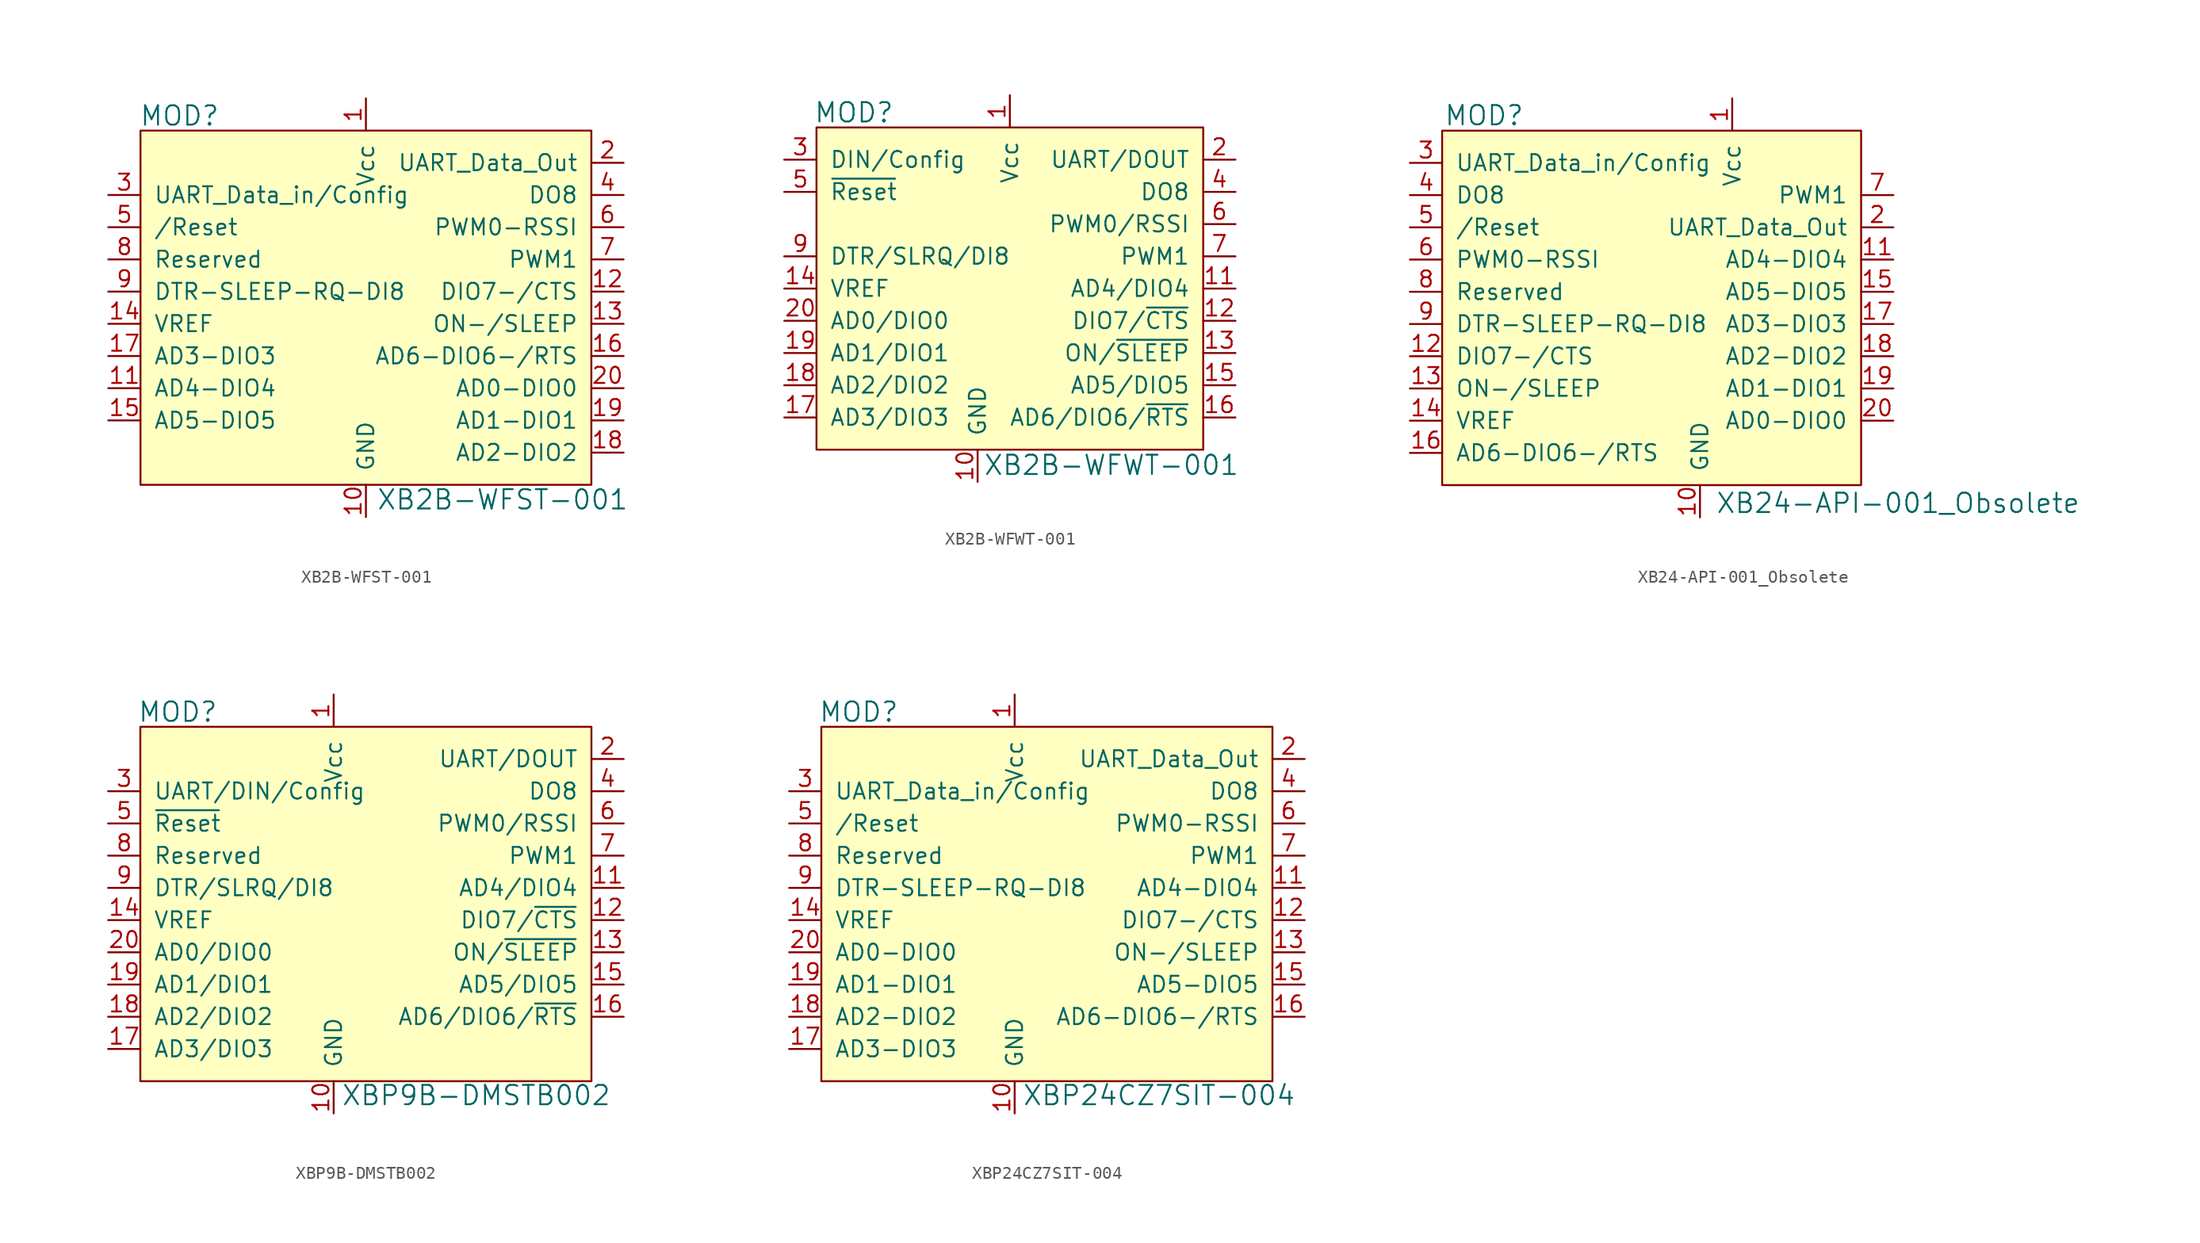
<source format=kicad_sym>
(kicad_symbol_lib
  (version 20211014)
  (generator kicad_symbol_editor)
  (symbol "XB2B-WFST-001"
    (pin_names
      (offset 1.016))
    (property "Reference" "MOD"
      (at -17.882 18.948 0)
      (effects (font (size 1.524 1.524)) (justify left)))
    (property "Value" "XB2B-WFST-001"
      (at 0.813 -11.328 0)
      (effects (font (size 1.524 1.524)) (justify left)))
    (symbol "XB2B-WFST-001_0_1"
      (rectangle (start -17.78 17.78) (end 17.78 -10.16) (stroke (width 0) (type default) (color 0 0 0 0)) (fill (type background))))
    (symbol "XB2B-WFST-001_1_1"
      (pin power_in line (at 0 20.32 270) (length 2.54) (name "Vcc" (effects (font (size 1.27 1.27)))) (number "1" (effects (font (size 1.27 1.27)))))
      (pin power_in line (at 0 -12.7 90) (length 2.54) (name "GND" (effects (font (size 1.27 1.27)))) (number "10" (effects (font (size 1.27 1.27)))))
      (pin bidirectional line (at -20.32 -2.54 0) (length 2.54) (name "AD4-DIO4" (effects (font (size 1.27 1.27)))) (number "11" (effects (font (size 1.27 1.27)))))
      (pin bidirectional line (at 20.32 5.08 180) (length 2.54) (name "DIO7-/CTS" (effects (font (size 1.27 1.27)))) (number "12" (effects (font (size 1.27 1.27)))))
      (pin output line (at 20.32 2.54 180) (length 2.54) (name "ON-/SLEEP" (effects (font (size 1.27 1.27)))) (number "13" (effects (font (size 1.27 1.27)))))
      (pin input line (at -20.32 2.54 0) (length 2.54) (name "VREF" (effects (font (size 1.27 1.27)))) (number "14" (effects (font (size 1.27 1.27)))))
      (pin bidirectional line (at -20.32 -5.08 0) (length 2.54) (name "AD5-DIO5" (effects (font (size 1.27 1.27)))) (number "15" (effects (font (size 1.27 1.27)))))
      (pin bidirectional line (at 20.32 0 180) (length 2.54) (name "AD6-DIO6-/RTS" (effects (font (size 1.27 1.27)))) (number "16" (effects (font (size 1.27 1.27)))))
      (pin bidirectional line (at -20.32 0 0) (length 2.54) (name "AD3-DIO3" (effects (font (size 1.27 1.27)))) (number "17" (effects (font (size 1.27 1.27)))))
      (pin bidirectional line (at 20.32 -7.62 180) (length 2.54) (name "AD2-DIO2" (effects (font (size 1.27 1.27)))) (number "18" (effects (font (size 1.27 1.27)))))
      (pin bidirectional line (at 20.32 -5.08 180) (length 2.54) (name "AD1-DIO1" (effects (font (size 1.27 1.27)))) (number "19" (effects (font (size 1.27 1.27)))))
      (pin output line (at 20.32 15.24 180) (length 2.54) (name "UART_Data_Out" (effects (font (size 1.27 1.27)))) (number "2" (effects (font (size 1.27 1.27)))))
      (pin bidirectional line (at 20.32 -2.54 180) (length 2.54) (name "AD0-DIO0" (effects (font (size 1.27 1.27)))) (number "20" (effects (font (size 1.27 1.27)))))
      (pin input line (at -20.32 12.7 0) (length 2.54) (name "UART_Data_in/Config" (effects (font (size 1.27 1.27)))) (number "3" (effects (font (size 1.27 1.27)))))
      (pin output line (at 20.32 12.7 180) (length 2.54) (name "DO8" (effects (font (size 1.27 1.27)))) (number "4" (effects (font (size 1.27 1.27)))))
      (pin input line (at -20.32 10.16 0) (length 2.54) (name "/Reset" (effects (font (size 1.27 1.27)))) (number "5" (effects (font (size 1.27 1.27)))))
      (pin output line (at 20.32 10.16 180) (length 2.54) (name "PWM0-RSSI" (effects (font (size 1.27 1.27)))) (number "6" (effects (font (size 1.27 1.27)))))
      (pin output line (at 20.32 7.62 180) (length 2.54) (name "PWM1" (effects (font (size 1.27 1.27)))) (number "7" (effects (font (size 1.27 1.27)))))
      (pin bidirectional line (at -20.32 7.62 0) (length 2.54) (name "Reserved" (effects (font (size 1.27 1.27)))) (number "8" (effects (font (size 1.27 1.27)))))
      (pin input line (at -20.32 5.08 0) (length 2.54) (name "DTR-SLEEP-RQ-DI8" (effects (font (size 1.27 1.27)))) (number "9" (effects (font (size 1.27 1.27)))))))
  (symbol "XB2B-WFWT-001"
    (pin_names
      (offset 1.016))
    (property "Reference" "MOD"
      (at -15.469 16.408 0)
      (effects (font (size 1.524 1.524)) (justify left)))
    (property "Value" "XB2B-WFWT-001"
      (at -2.108 -11.379 0)
      (effects (font (size 1.524 1.524)) (justify left)))
    (symbol "XB2B-WFWT-001_0_1"
      (rectangle (start -15.24 15.24) (end 15.24 -10.16) (stroke (width 0) (type default) (color 0 0 0 0)) (fill (type background))))
    (symbol "XB2B-WFWT-001_1_1"
      (pin power_in line (at 0 17.78 270) (length 2.54) (name "Vcc" (effects (font (size 1.27 1.27)))) (number "1" (effects (font (size 1.27 1.27)))))
      (pin power_in line (at -2.54 -12.7 90) (length 2.54) (name "GND" (effects (font (size 1.27 1.27)))) (number "10" (effects (font (size 1.27 1.27)))))
      (pin bidirectional line (at 17.78 2.54 180) (length 2.54) (name "AD4/DIO4" (effects (font (size 1.27 1.27)))) (number "11" (effects (font (size 1.27 1.27)))))
      (pin bidirectional line (at 17.78 0 180) (length 2.54) (name "DIO7/~{CTS}" (effects (font (size 1.27 1.27)))) (number "12" (effects (font (size 1.27 1.27)))))
      (pin output line (at 17.78 -2.54 180) (length 2.54) (name "ON/~{SLEEP}" (effects (font (size 1.27 1.27)))) (number "13" (effects (font (size 1.27 1.27)))))
      (pin input line (at -17.78 2.54 0) (length 2.54) (name "VREF" (effects (font (size 1.27 1.27)))) (number "14" (effects (font (size 1.27 1.27)))))
      (pin bidirectional line (at 17.78 -5.08 180) (length 2.54) (name "AD5/DIO5" (effects (font (size 1.27 1.27)))) (number "15" (effects (font (size 1.27 1.27)))))
      (pin bidirectional line (at 17.78 -7.62 180) (length 2.54) (name "AD6/DIO6/~{RTS}" (effects (font (size 1.27 1.27)))) (number "16" (effects (font (size 1.27 1.27)))))
      (pin bidirectional line (at -17.78 -7.62 0) (length 2.54) (name "AD3/DIO3" (effects (font (size 1.27 1.27)))) (number "17" (effects (font (size 1.27 1.27)))))
      (pin bidirectional line (at -17.78 -5.08 0) (length 2.54) (name "AD2/DIO2" (effects (font (size 1.27 1.27)))) (number "18" (effects (font (size 1.27 1.27)))))
      (pin bidirectional line (at -17.78 -2.54 0) (length 2.54) (name "AD1/DIO1" (effects (font (size 1.27 1.27)))) (number "19" (effects (font (size 1.27 1.27)))))
      (pin output line (at 17.78 12.7 180) (length 2.54) (name "UART/DOUT" (effects (font (size 1.27 1.27)))) (number "2" (effects (font (size 1.27 1.27)))))
      (pin bidirectional line (at -17.78 0 0) (length 2.54) (name "AD0/DIO0" (effects (font (size 1.27 1.27)))) (number "20" (effects (font (size 1.27 1.27)))))
      (pin input line (at -17.78 12.7 0) (length 2.54) (name "DIN/Config" (effects (font (size 1.27 1.27)))) (number "3" (effects (font (size 1.27 1.27)))))
      (pin output line (at 17.78 10.16 180) (length 2.54) (name "DO8" (effects (font (size 1.27 1.27)))) (number "4" (effects (font (size 1.27 1.27)))))
      (pin input line (at -17.78 10.16 0) (length 2.54) (name "~{Reset}" (effects (font (size 1.27 1.27)))) (number "5" (effects (font (size 1.27 1.27)))))
      (pin output line (at 17.78 7.62 180) (length 2.54) (name "PWM0/RSSI" (effects (font (size 1.27 1.27)))) (number "6" (effects (font (size 1.27 1.27)))))
      (pin output line (at 17.78 5.08 180) (length 2.54) (name "PWM1" (effects (font (size 1.27 1.27)))) (number "7" (effects (font (size 1.27 1.27)))))
      (pin no_connect line (at -15.24 7.62 0) (length 2.54) hide (name "Reserved" (effects (font (size 1.27 1.27)))) (number "8" (effects (font (size 1.27 1.27)))))
      (pin input line (at -17.78 5.08 0) (length 2.54) (name "DTR/SLRQ/DI8" (effects (font (size 1.27 1.27)))) (number "9" (effects (font (size 1.27 1.27)))))))
  (symbol "XB24-API-001_Obsolete"
    (pin_names
      (offset 1.016))
    (property "Reference" "MOD"
      (at -20.193 18.974 0)
      (effects (font (size 1.524 1.524)) (justify left)))
    (property "Value" "XB24-API-001_Obsolete"
      (at 1.219 -11.582 0)
      (effects (font (size 1.524 1.524)) (justify left)))
    (symbol "XB24-API-001_Obsolete_0_1"
      (rectangle (start -20.32 17.78) (end 12.7 -10.16) (stroke (width 0) (type default) (color 0 0 0 0)) (fill (type background))))
    (symbol "XB24-API-001_Obsolete_1_1"
      (pin power_in line (at 2.54 20.32 270) (length 2.54) (name "Vcc" (effects (font (size 1.27 1.27)))) (number "1" (effects (font (size 1.27 1.27)))))
      (pin power_in line (at 0 -12.7 90) (length 2.54) (name "GND" (effects (font (size 1.27 1.27)))) (number "10" (effects (font (size 1.27 1.27)))))
      (pin bidirectional line (at 15.24 7.62 180) (length 2.54) (name "AD4-DIO4" (effects (font (size 1.27 1.27)))) (number "11" (effects (font (size 1.27 1.27)))))
      (pin bidirectional line (at -22.86 0 0) (length 2.54) (name "DIO7-/CTS" (effects (font (size 1.27 1.27)))) (number "12" (effects (font (size 1.27 1.27)))))
      (pin input line (at -22.86 -2.54 0) (length 2.54) (name "ON-/SLEEP" (effects (font (size 1.27 1.27)))) (number "13" (effects (font (size 1.27 1.27)))))
      (pin input line (at -22.86 -5.08 0) (length 2.54) (name "VREF" (effects (font (size 1.27 1.27)))) (number "14" (effects (font (size 1.27 1.27)))))
      (pin bidirectional line (at 15.24 5.08 180) (length 2.54) (name "AD5-DIO5" (effects (font (size 1.27 1.27)))) (number "15" (effects (font (size 1.27 1.27)))))
      (pin bidirectional line (at -22.86 -7.62 0) (length 2.54) (name "AD6-DIO6-/RTS" (effects (font (size 1.27 1.27)))) (number "16" (effects (font (size 1.27 1.27)))))
      (pin bidirectional line (at 15.24 2.54 180) (length 2.54) (name "AD3-DIO3" (effects (font (size 1.27 1.27)))) (number "17" (effects (font (size 1.27 1.27)))))
      (pin bidirectional line (at 15.24 0 180) (length 2.54) (name "AD2-DIO2" (effects (font (size 1.27 1.27)))) (number "18" (effects (font (size 1.27 1.27)))))
      (pin bidirectional line (at 15.24 -2.54 180) (length 2.54) (name "AD1-DIO1" (effects (font (size 1.27 1.27)))) (number "19" (effects (font (size 1.27 1.27)))))
      (pin output line (at 15.24 10.16 180) (length 2.54) (name "UART_Data_Out" (effects (font (size 1.27 1.27)))) (number "2" (effects (font (size 1.27 1.27)))))
      (pin bidirectional line (at 15.24 -5.08 180) (length 2.54) (name "AD0-DIO0" (effects (font (size 1.27 1.27)))) (number "20" (effects (font (size 1.27 1.27)))))
      (pin input line (at -22.86 15.24 0) (length 2.54) (name "UART_Data_in/Config" (effects (font (size 1.27 1.27)))) (number "3" (effects (font (size 1.27 1.27)))))
      (pin bidirectional line (at -22.86 12.7 0) (length 2.54) (name "DO8" (effects (font (size 1.27 1.27)))) (number "4" (effects (font (size 1.27 1.27)))))
      (pin input line (at -22.86 10.16 0) (length 2.54) (name "/Reset" (effects (font (size 1.27 1.27)))) (number "5" (effects (font (size 1.27 1.27)))))
      (pin bidirectional line (at -22.86 7.62 0) (length 2.54) (name "PWM0-RSSI" (effects (font (size 1.27 1.27)))) (number "6" (effects (font (size 1.27 1.27)))))
      (pin output line (at 15.24 12.7 180) (length 2.54) (name "PWM1" (effects (font (size 1.27 1.27)))) (number "7" (effects (font (size 1.27 1.27)))))
      (pin bidirectional line (at -22.86 5.08 0) (length 2.54) (name "Reserved" (effects (font (size 1.27 1.27)))) (number "8" (effects (font (size 1.27 1.27)))))
      (pin bidirectional line (at -22.86 2.54 0) (length 2.54) (name "DTR-SLEEP-RQ-DI8" (effects (font (size 1.27 1.27)))) (number "9" (effects (font (size 1.27 1.27)))))))
  (symbol "XBP9B-DMSTB002"
    (pin_names
      (offset 1.016))
    (property "Reference" "MOD"
      (at -18.009 18.948 0)
      (effects (font (size 1.524 1.524)) (justify left)))
    (property "Value" "XBP9B-DMSTB002"
      (at -1.956 -11.278 0)
      (effects (font (size 1.524 1.524)) (justify left)))
    (symbol "XBP9B-DMSTB002_0_1"
      (rectangle (start -17.78 17.78) (end 17.78 -10.16) (stroke (width 0) (type default) (color 0 0 0 0)) (fill (type background))))
    (symbol "XBP9B-DMSTB002_1_1"
      (pin power_in line (at -2.54 20.32 270) (length 2.54) (name "Vcc" (effects (font (size 1.27 1.27)))) (number "1" (effects (font (size 1.27 1.27)))))
      (pin power_in line (at -2.54 -12.7 90) (length 2.54) (name "GND" (effects (font (size 1.27 1.27)))) (number "10" (effects (font (size 1.27 1.27)))))
      (pin bidirectional line (at 20.32 5.08 180) (length 2.54) (name "AD4/DIO4" (effects (font (size 1.27 1.27)))) (number "11" (effects (font (size 1.27 1.27)))))
      (pin bidirectional line (at 20.32 2.54 180) (length 2.54) (name "DIO7/~{CTS}" (effects (font (size 1.27 1.27)))) (number "12" (effects (font (size 1.27 1.27)))))
      (pin output line (at 20.32 0 180) (length 2.54) (name "ON/~{SLEEP}" (effects (font (size 1.27 1.27)))) (number "13" (effects (font (size 1.27 1.27)))))
      (pin input line (at -20.32 2.54 0) (length 2.54) (name "VREF" (effects (font (size 1.27 1.27)))) (number "14" (effects (font (size 1.27 1.27)))))
      (pin bidirectional line (at 20.32 -2.54 180) (length 2.54) (name "AD5/DIO5" (effects (font (size 1.27 1.27)))) (number "15" (effects (font (size 1.27 1.27)))))
      (pin bidirectional line (at 20.32 -5.08 180) (length 2.54) (name "AD6/DIO6/~{RTS}" (effects (font (size 1.27 1.27)))) (number "16" (effects (font (size 1.27 1.27)))))
      (pin bidirectional line (at -20.32 -7.62 0) (length 2.54) (name "AD3/DIO3" (effects (font (size 1.27 1.27)))) (number "17" (effects (font (size 1.27 1.27)))))
      (pin bidirectional line (at -20.32 -5.08 0) (length 2.54) (name "AD2/DIO2" (effects (font (size 1.27 1.27)))) (number "18" (effects (font (size 1.27 1.27)))))
      (pin bidirectional line (at -20.32 -2.54 0) (length 2.54) (name "AD1/DIO1" (effects (font (size 1.27 1.27)))) (number "19" (effects (font (size 1.27 1.27)))))
      (pin output line (at 20.32 15.24 180) (length 2.54) (name "UART/DOUT" (effects (font (size 1.27 1.27)))) (number "2" (effects (font (size 1.27 1.27)))))
      (pin bidirectional line (at -20.32 0 0) (length 2.54) (name "AD0/DIO0" (effects (font (size 1.27 1.27)))) (number "20" (effects (font (size 1.27 1.27)))))
      (pin input line (at -20.32 12.7 0) (length 2.54) (name "UART/DIN/Config" (effects (font (size 1.27 1.27)))) (number "3" (effects (font (size 1.27 1.27)))))
      (pin output line (at 20.32 12.7 180) (length 2.54) (name "DO8" (effects (font (size 1.27 1.27)))) (number "4" (effects (font (size 1.27 1.27)))))
      (pin input line (at -20.32 10.16 0) (length 2.54) (name "~{Reset}" (effects (font (size 1.27 1.27)))) (number "5" (effects (font (size 1.27 1.27)))))
      (pin output line (at 20.32 10.16 180) (length 2.54) (name "PWM0/RSSI" (effects (font (size 1.27 1.27)))) (number "6" (effects (font (size 1.27 1.27)))))
      (pin output line (at 20.32 7.62 180) (length 2.54) (name "PWM1" (effects (font (size 1.27 1.27)))) (number "7" (effects (font (size 1.27 1.27)))))
      (pin bidirectional line (at -20.32 7.62 0) (length 2.54) (name "Reserved" (effects (font (size 1.27 1.27)))) (number "8" (effects (font (size 1.27 1.27)))))
      (pin input line (at -20.32 5.08 0) (length 2.54) (name "DTR/SLRQ/DI8" (effects (font (size 1.27 1.27)))) (number "9" (effects (font (size 1.27 1.27)))))))
  (symbol "XBP24CZ7SIT-004"
    (pin_names
      (offset 1.016))
    (property "Reference" "MOD"
      (at -18.009 18.948 0)
      (effects (font (size 1.524 1.524)) (justify left)))
    (property "Value" "XBP24CZ7SIT-004"
      (at -1.956 -11.278 0)
      (effects (font (size 1.524 1.524)) (justify left)))
    (symbol "XBP24CZ7SIT-004_0_1"
      (rectangle (start -17.78 17.78) (end 17.78 -10.16) (stroke (width 0) (type default) (color 0 0 0 0)) (fill (type background))))
    (symbol "XBP24CZ7SIT-004_1_1"
      (pin power_in line (at -2.54 20.32 270) (length 2.54) (name "Vcc" (effects (font (size 1.27 1.27)))) (number "1" (effects (font (size 1.27 1.27)))))
      (pin power_in line (at -2.54 -12.7 90) (length 2.54) (name "GND" (effects (font (size 1.27 1.27)))) (number "10" (effects (font (size 1.27 1.27)))))
      (pin bidirectional line (at 20.32 5.08 180) (length 2.54) (name "AD4-DIO4" (effects (font (size 1.27 1.27)))) (number "11" (effects (font (size 1.27 1.27)))))
      (pin bidirectional line (at 20.32 2.54 180) (length 2.54) (name "DIO7-/CTS" (effects (font (size 1.27 1.27)))) (number "12" (effects (font (size 1.27 1.27)))))
      (pin output line (at 20.32 0 180) (length 2.54) (name "ON-/SLEEP" (effects (font (size 1.27 1.27)))) (number "13" (effects (font (size 1.27 1.27)))))
      (pin input line (at -20.32 2.54 0) (length 2.54) (name "VREF" (effects (font (size 1.27 1.27)))) (number "14" (effects (font (size 1.27 1.27)))))
      (pin bidirectional line (at 20.32 -2.54 180) (length 2.54) (name "AD5-DIO5" (effects (font (size 1.27 1.27)))) (number "15" (effects (font (size 1.27 1.27)))))
      (pin bidirectional line (at 20.32 -5.08 180) (length 2.54) (name "AD6-DIO6-/RTS" (effects (font (size 1.27 1.27)))) (number "16" (effects (font (size 1.27 1.27)))))
      (pin bidirectional line (at -20.32 -7.62 0) (length 2.54) (name "AD3-DIO3" (effects (font (size 1.27 1.27)))) (number "17" (effects (font (size 1.27 1.27)))))
      (pin bidirectional line (at -20.32 -5.08 0) (length 2.54) (name "AD2-DIO2" (effects (font (size 1.27 1.27)))) (number "18" (effects (font (size 1.27 1.27)))))
      (pin bidirectional line (at -20.32 -2.54 0) (length 2.54) (name "AD1-DIO1" (effects (font (size 1.27 1.27)))) (number "19" (effects (font (size 1.27 1.27)))))
      (pin output line (at 20.32 15.24 180) (length 2.54) (name "UART_Data_Out" (effects (font (size 1.27 1.27)))) (number "2" (effects (font (size 1.27 1.27)))))
      (pin bidirectional line (at -20.32 0 0) (length 2.54) (name "AD0-DIO0" (effects (font (size 1.27 1.27)))) (number "20" (effects (font (size 1.27 1.27)))))
      (pin input line (at -20.32 12.7 0) (length 2.54) (name "UART_Data_in/Config" (effects (font (size 1.27 1.27)))) (number "3" (effects (font (size 1.27 1.27)))))
      (pin output line (at 20.32 12.7 180) (length 2.54) (name "DO8" (effects (font (size 1.27 1.27)))) (number "4" (effects (font (size 1.27 1.27)))))
      (pin input line (at -20.32 10.16 0) (length 2.54) (name "/Reset" (effects (font (size 1.27 1.27)))) (number "5" (effects (font (size 1.27 1.27)))))
      (pin output line (at 20.32 10.16 180) (length 2.54) (name "PWM0-RSSI" (effects (font (size 1.27 1.27)))) (number "6" (effects (font (size 1.27 1.27)))))
      (pin output line (at 20.32 7.62 180) (length 2.54) (name "PWM1" (effects (font (size 1.27 1.27)))) (number "7" (effects (font (size 1.27 1.27)))))
      (pin bidirectional line (at -20.32 7.62 0) (length 2.54) (name "Reserved" (effects (font (size 1.27 1.27)))) (number "8" (effects (font (size 1.27 1.27)))))
      (pin input line (at -20.32 5.08 0) (length 2.54) (name "DTR-SLEEP-RQ-DI8" (effects (font (size 1.27 1.27)))) (number "9" (effects (font (size 1.27 1.27))))))))
</source>
